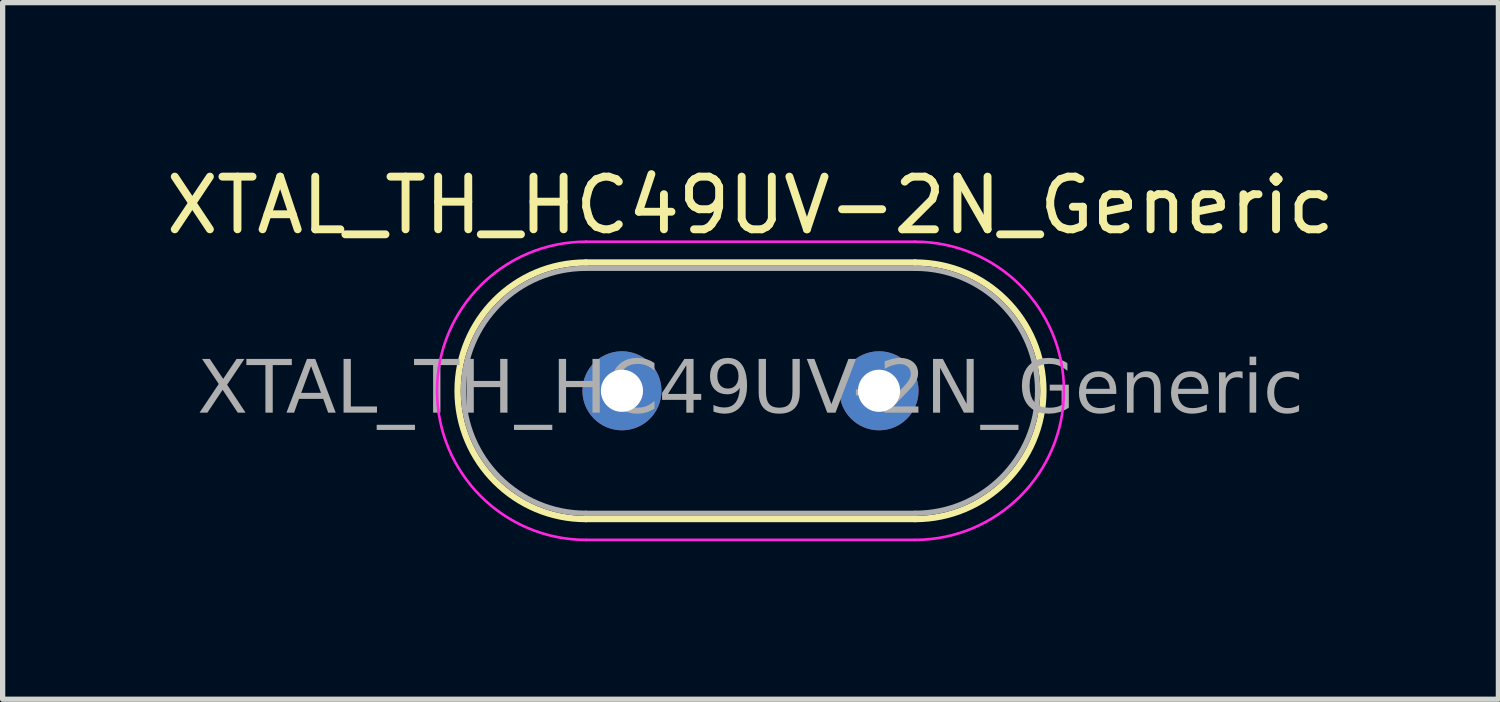
<source format=kicad_pcb>
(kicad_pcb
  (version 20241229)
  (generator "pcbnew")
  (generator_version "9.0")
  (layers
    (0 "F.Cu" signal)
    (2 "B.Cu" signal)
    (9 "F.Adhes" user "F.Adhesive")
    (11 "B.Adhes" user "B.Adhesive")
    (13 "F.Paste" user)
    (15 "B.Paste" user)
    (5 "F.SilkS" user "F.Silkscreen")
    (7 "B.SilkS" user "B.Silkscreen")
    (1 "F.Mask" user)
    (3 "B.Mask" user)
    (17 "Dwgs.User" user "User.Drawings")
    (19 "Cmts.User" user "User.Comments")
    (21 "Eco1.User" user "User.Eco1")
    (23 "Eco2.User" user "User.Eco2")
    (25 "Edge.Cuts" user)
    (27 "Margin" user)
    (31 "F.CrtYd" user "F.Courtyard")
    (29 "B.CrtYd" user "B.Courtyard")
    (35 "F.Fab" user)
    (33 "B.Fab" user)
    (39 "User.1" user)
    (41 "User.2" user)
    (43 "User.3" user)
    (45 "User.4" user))
  (footprint "XTAL_TH_HC49UV-2N_Generic"
    (layer "F.Cu")
    (at 11.196 4.368)
    (property "Reference" "XTAL_TH_HC49UV-2N_Generic" (at 0 -3.52 0) (layer "F.SilkS") (effects (font (size 1 1) (thickness 0.15))))
    (attr through_hole)
    (fp_line (start -3.125 -2.435) (end 3.125 -2.435) (stroke (width 0.12) (type solid)) (layer "F.SilkS"))
    (fp_line (start 3.125 2.435) (end -3.125 2.435) (stroke (width 0.12) (type solid)) (layer "F.SilkS"))
    (fp_arc (start -3.125 2.435) (mid -5.56 0) (end -3.125 -2.435) (stroke (width 0.12) (type solid)) (layer "F.SilkS"))
    (fp_arc (start 3.125 -2.435) (mid 5.56 0) (end 3.125 2.435) (stroke (width 0.12) (type solid)) (layer "F.SilkS"))
    (fp_line (start -3.12 -2.83) (end 3.12 -2.83) (stroke (width 0.05) (type solid)) (layer "F.CrtYd"))
    (fp_line (start 3.12 2.83) (end -3.12 2.83) (stroke (width 0.05) (type solid)) (layer "F.CrtYd"))
    (fp_arc (start -3.12 2.83) (mid -5.95 0) (end -3.12 -2.83) (stroke (width 0.05) (type solid)) (layer "F.CrtYd"))
    (fp_arc (start 3.12 -2.83) (mid 5.95 0) (end 3.12 2.83) (stroke (width 0.05) (type solid)) (layer "F.CrtYd"))
    (fp_line (start -3.125 -2.325) (end 3.125 -2.325) (stroke (width 0.1) (type solid)) (layer "F.Fab"))
    (fp_line (start 3.125 2.325) (end -3.125 2.325) (stroke (width 0.1) (type solid)) (layer "F.Fab"))
    (fp_arc (start -3.125 2.325) (mid -5.45 0) (end -3.125 -2.325) (stroke (width 0.1) (type solid)) (layer "F.Fab"))
    (fp_arc (start 3.125 -2.325) (mid 5.45 0) (end 3.125 2.325) (stroke (width 0.1) (type solid)) (layer "F.Fab"))
    (fp_text user "${REFERENCE}" (at 0 0 0) (layer "F.Fab") (effects (font (face "Tahoma") (size 1 1) (thickness 0.15))))
    (pad "1" thru_hole circle (at -2.44 0) (size 1.5 1.5) (drill 0.8) (layers "*.Cu" "*.Mask"))
    (pad "2" thru_hole circle (at 2.44 0) (size 1.5 1.5) (drill 0.8) (layers "*.Cu" "*.Mask")))
  (gr_rect
    (start -3 -3)
    (end 25.393 10.223)
    (stroke (width 0.1) (type default))
    (fill no)
    (layer "Edge.Cuts")))
</source>
